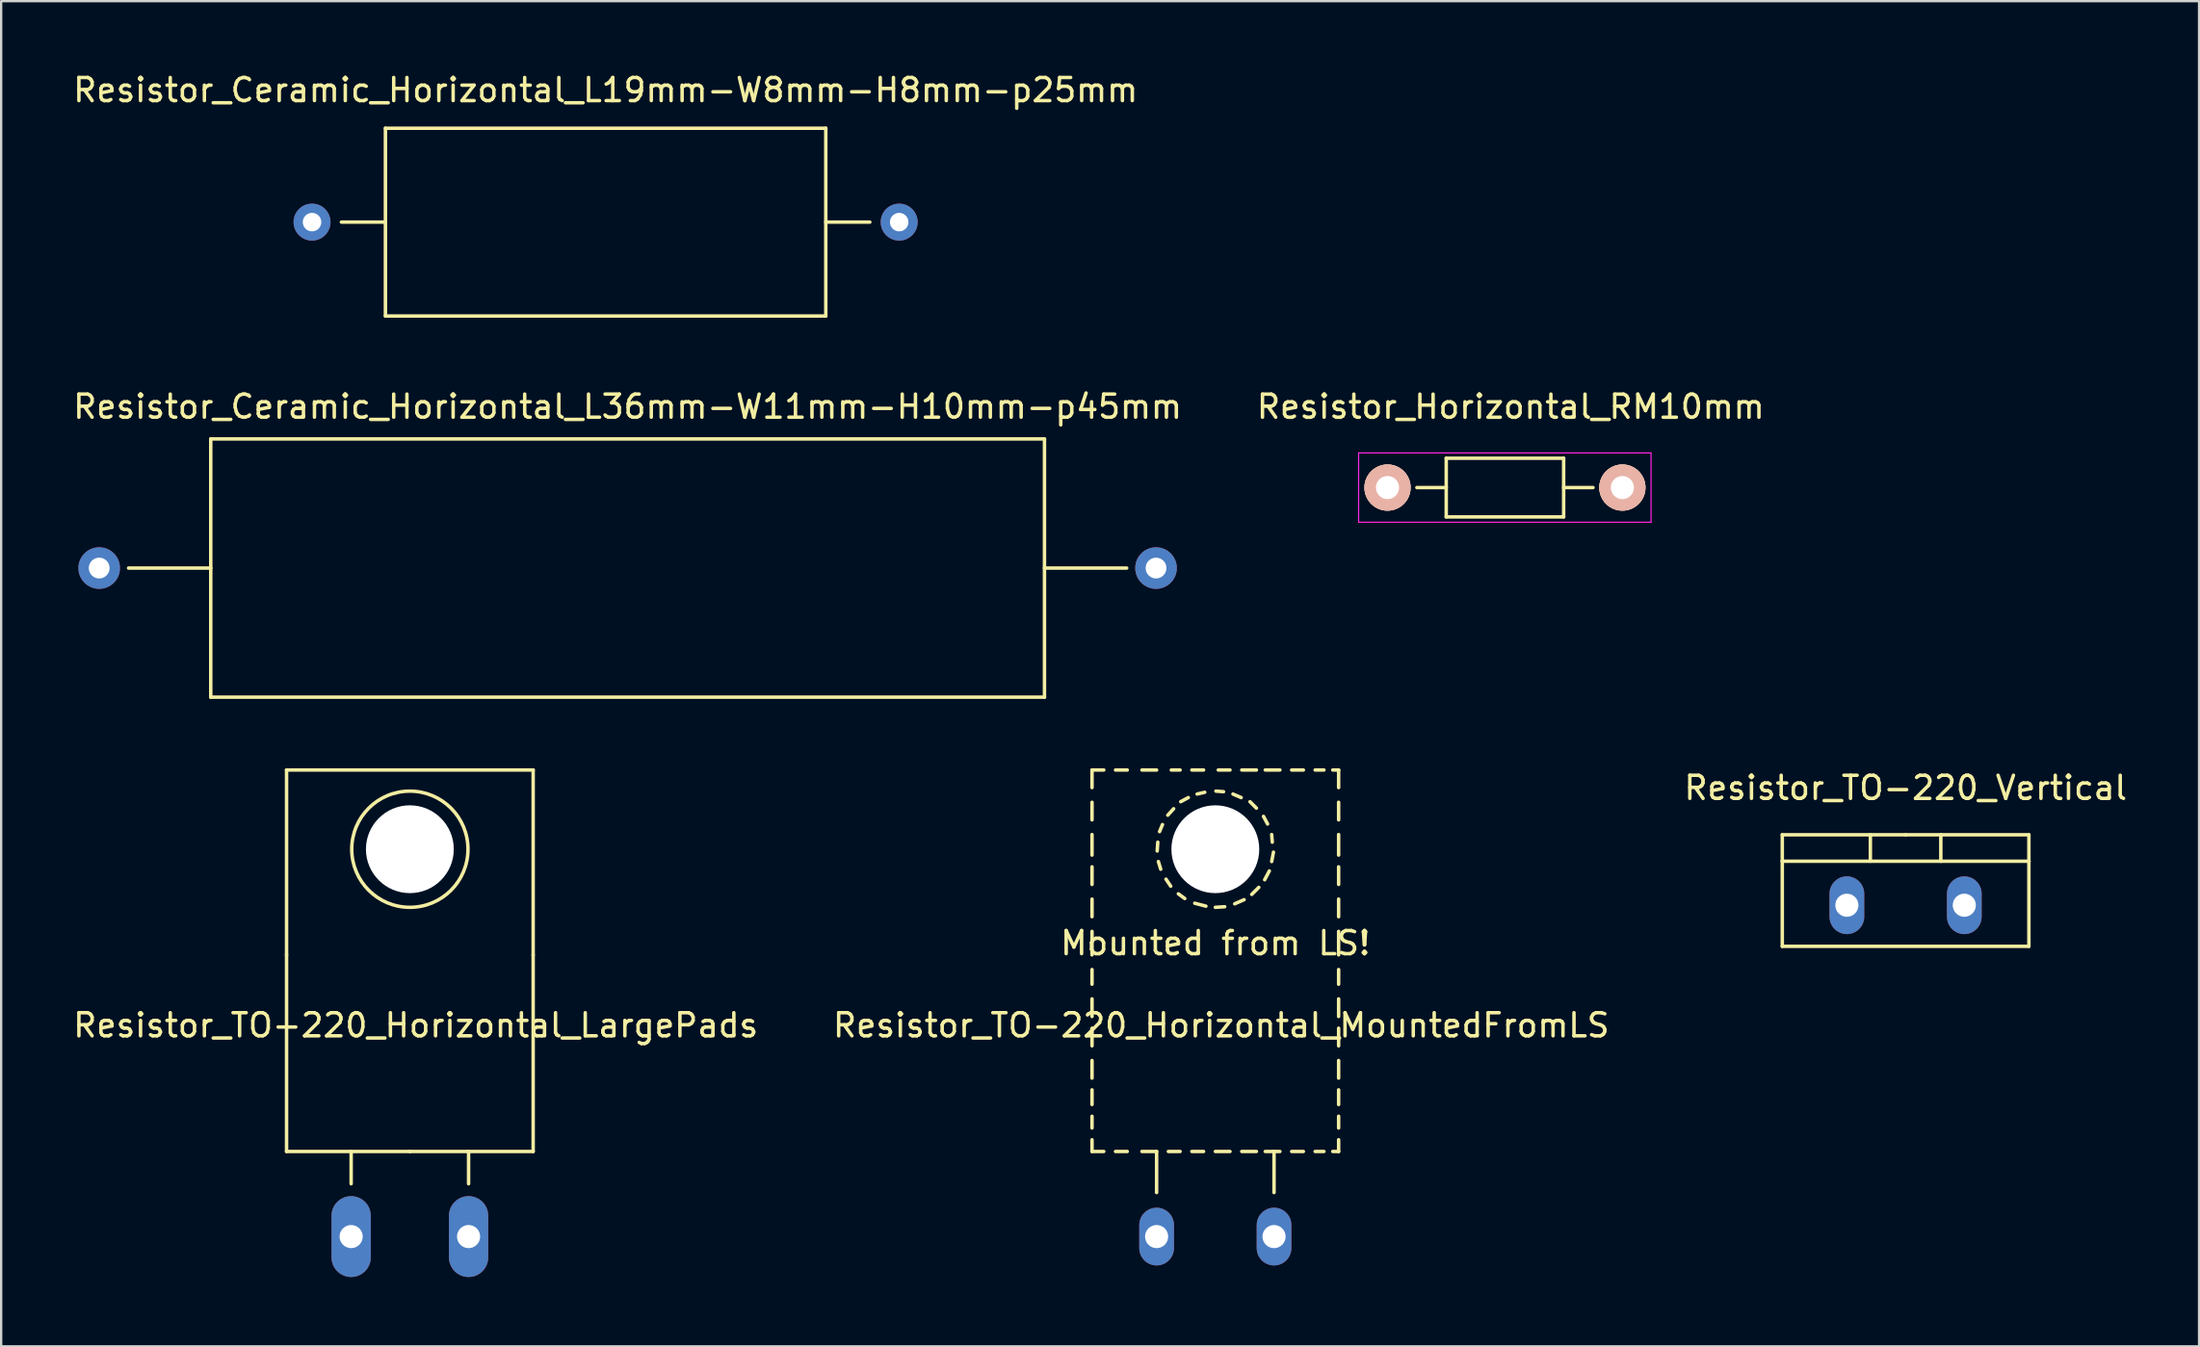
<source format=kicad_pcb>
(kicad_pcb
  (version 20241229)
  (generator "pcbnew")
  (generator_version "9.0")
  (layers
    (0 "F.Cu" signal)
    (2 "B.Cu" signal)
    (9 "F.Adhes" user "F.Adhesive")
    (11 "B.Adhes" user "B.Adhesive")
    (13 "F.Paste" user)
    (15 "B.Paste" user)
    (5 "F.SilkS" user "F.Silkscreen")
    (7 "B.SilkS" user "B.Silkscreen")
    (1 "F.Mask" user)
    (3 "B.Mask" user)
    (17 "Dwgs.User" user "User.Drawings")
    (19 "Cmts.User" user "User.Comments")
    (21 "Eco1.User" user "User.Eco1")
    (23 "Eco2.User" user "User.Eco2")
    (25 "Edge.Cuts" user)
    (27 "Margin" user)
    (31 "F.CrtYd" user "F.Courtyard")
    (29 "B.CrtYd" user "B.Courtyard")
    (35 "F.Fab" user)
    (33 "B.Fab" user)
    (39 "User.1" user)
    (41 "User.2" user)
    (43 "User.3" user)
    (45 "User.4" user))
  (footprint "Resistor_Ceramic_Horizontal_L19mm-W8mm-H8mm-p25mm"
    (layer "F.Cu")
    (at 23.149 6.563)
    (property "Reference" "Resistor_Ceramic_Horizontal_L19mm-W8mm-H8mm-p25mm" (at 0 -5.715 0) (layer "F.SilkS") (effects (font (size 1 1) (thickness 0.15))))
    (attr through_hole)
    (fp_line (start -9.525 -4.064) (end -9.525 4.064) (stroke (width 0.15) (type solid)) (layer "F.SilkS"))
    (fp_line (start -9.525 0) (end -11.43 0) (stroke (width 0.15) (type solid)) (layer "F.SilkS"))
    (fp_line (start -9.525 4.064) (end 9.525 4.064) (stroke (width 0.15) (type solid)) (layer "F.SilkS"))
    (fp_line (start 9.525 -4.064) (end -9.525 -4.064) (stroke (width 0.15) (type solid)) (layer "F.SilkS"))
    (fp_line (start 9.525 0) (end 11.43 0) (stroke (width 0.15) (type solid)) (layer "F.SilkS"))
    (fp_line (start 9.525 4.064) (end 9.525 -4.064) (stroke (width 0.15) (type solid)) (layer "F.SilkS"))
    (pad "1" thru_hole circle (at -12.7 0 180) (size 1.6 1.6) (drill 0.8) (layers "*.Cu" "*.Mask"))
    (pad "2" thru_hole circle (at 12.7 0 180) (size 1.6 1.6) (drill 0.8) (layers "*.Cu" "*.Mask")))
  (footprint "Resistor_TO-220_Horizontal_MountedFromLS"
    (layer "F.Cu")
    (at 49.526 50.467)
    (property "Reference" "Resistor_TO-220_Horizontal_MountedFromLS" (at 0.254 -9.144 0) (layer "F.SilkS") (effects (font (size 1 1) (thickness 0.15))))
    (attr through_hole)
    (fp_line (start -5.334 -20.193) (end -5.334 -19.431) (stroke (width 0.15) (type solid)) (layer "F.SilkS"))
    (fp_line (start -5.334 -20.193) (end -4.826 -20.193) (stroke (width 0.15) (type solid)) (layer "F.SilkS"))
    (fp_line (start -5.334 -18.796) (end -5.334 -18.034) (stroke (width 0.15) (type solid)) (layer "F.SilkS"))
    (fp_line (start -5.334 -17.399) (end -5.334 -16.51) (stroke (width 0.15) (type solid)) (layer "F.SilkS"))
    (fp_line (start -5.334 -16.002) (end -5.334 -15.24) (stroke (width 0.15) (type solid)) (layer "F.SilkS"))
    (fp_line (start -5.334 -14.605) (end -5.334 -13.843) (stroke (width 0.15) (type solid)) (layer "F.SilkS"))
    (fp_line (start -5.334 -13.208) (end -5.334 -12.192) (stroke (width 0.15) (type solid)) (layer "F.SilkS"))
    (fp_line (start -5.334 -11.557) (end -5.334 -10.922) (stroke (width 0.15) (type solid)) (layer "F.SilkS"))
    (fp_line (start -5.334 -10.287) (end -5.334 -9.525) (stroke (width 0.15) (type solid)) (layer "F.SilkS"))
    (fp_line (start -5.334 -9.017) (end -5.334 -8.255) (stroke (width 0.15) (type solid)) (layer "F.SilkS"))
    (fp_line (start -5.334 -7.62) (end -5.334 -6.858) (stroke (width 0.15) (type solid)) (layer "F.SilkS"))
    (fp_line (start -5.334 -6.35) (end -5.334 -5.715) (stroke (width 0.15) (type solid)) (layer "F.SilkS"))
    (fp_line (start -5.334 -5.207) (end -5.334 -4.699) (stroke (width 0.15) (type solid)) (layer "F.SilkS"))
    (fp_line (start -5.334 -4.191) (end -5.334 -3.683) (stroke (width 0.15) (type solid)) (layer "F.SilkS"))
    (fp_line (start -5.334 -3.683) (end -4.826 -3.683) (stroke (width 0.15) (type solid)) (layer "F.SilkS"))
    (fp_line (start -4.318 -20.193) (end -3.81 -20.193) (stroke (width 0.15) (type solid)) (layer "F.SilkS"))
    (fp_line (start -4.318 -3.683) (end -3.81 -3.683) (stroke (width 0.15) (type solid)) (layer "F.SilkS"))
    (fp_line (start -3.175 -20.193) (end -2.54 -20.193) (stroke (width 0.15) (type solid)) (layer "F.SilkS"))
    (fp_line (start -3.175 -3.683) (end -2.54 -3.683) (stroke (width 0.15) (type solid)) (layer "F.SilkS"))
    (fp_line (start -2.54 -3.683) (end -2.54 -1.905) (stroke (width 0.15) (type solid)) (layer "F.SilkS"))
    (fp_line (start -2.515 -16.688) (end -2.489 -17.069) (stroke (width 0.15) (type solid)) (layer "F.SilkS"))
    (fp_line (start -2.413 -17.526) (end -2.286 -17.831) (stroke (width 0.15) (type solid)) (layer "F.SilkS"))
    (fp_line (start -2.362 -15.9) (end -2.464 -16.231) (stroke (width 0.15) (type solid)) (layer "F.SilkS"))
    (fp_line (start -2.057 -18.237) (end -1.803 -18.517) (stroke (width 0.15) (type solid)) (layer "F.SilkS"))
    (fp_line (start -2.032 -3.683) (end -1.524 -3.683) (stroke (width 0.15) (type solid)) (layer "F.SilkS"))
    (fp_line (start -1.93 -15.164) (end -2.134 -15.469) (stroke (width 0.15) (type solid)) (layer "F.SilkS"))
    (fp_line (start -1.905 -20.193) (end -1.524 -20.193) (stroke (width 0.15) (type solid)) (layer "F.SilkS"))
    (fp_line (start -1.499 -18.821) (end -1.168 -18.999) (stroke (width 0.15) (type solid)) (layer "F.SilkS"))
    (fp_line (start -1.321 -14.63) (end -1.6 -14.834) (stroke (width 0.15) (type solid)) (layer "F.SilkS"))
    (fp_line (start -1.016 -20.193) (end -0.508 -20.193) (stroke (width 0.15) (type solid)) (layer "F.SilkS"))
    (fp_line (start -1.016 -3.683) (end -0.508 -3.683) (stroke (width 0.15) (type solid)) (layer "F.SilkS"))
    (fp_line (start -0.787 -19.152) (end -0.457 -19.228) (stroke (width 0.15) (type solid)) (layer "F.SilkS"))
    (fp_line (start -0.406 -14.3) (end -0.889 -14.427) (stroke (width 0.15) (type solid)) (layer "F.SilkS"))
    (fp_line (start 0 -3.683) (end 0.635 -3.683) (stroke (width 0.15) (type solid)) (layer "F.SilkS"))
    (fp_line (start 0.025 -19.279) (end 0.356 -19.253) (stroke (width 0.15) (type solid)) (layer "F.SilkS"))
    (fp_line (start 0.127 -20.193) (end 0.635 -20.193) (stroke (width 0.15) (type solid)) (layer "F.SilkS"))
    (fp_line (start 0.406 -14.275) (end 0 -14.249) (stroke (width 0.15) (type solid)) (layer "F.SilkS"))
    (fp_line (start 0.762 -19.152) (end 1.118 -18.999) (stroke (width 0.15) (type solid)) (layer "F.SilkS"))
    (fp_line (start 1.143 -20.193) (end 1.778 -20.193) (stroke (width 0.15) (type solid)) (layer "F.SilkS"))
    (fp_line (start 1.143 -3.683) (end 1.778 -3.683) (stroke (width 0.15) (type solid)) (layer "F.SilkS"))
    (fp_line (start 1.245 -14.58) (end 0.838 -14.402) (stroke (width 0.15) (type solid)) (layer "F.SilkS"))
    (fp_line (start 1.499 -18.821) (end 1.778 -18.542) (stroke (width 0.15) (type solid)) (layer "F.SilkS"))
    (fp_line (start 1.88 -15.113) (end 1.575 -14.808) (stroke (width 0.15) (type solid)) (layer "F.SilkS"))
    (fp_line (start 2.083 -18.186) (end 2.261 -17.856) (stroke (width 0.15) (type solid)) (layer "F.SilkS"))
    (fp_line (start 2.159 -20.193) (end 2.794 -20.193) (stroke (width 0.15) (type solid)) (layer "F.SilkS"))
    (fp_line (start 2.159 -3.683) (end 2.794 -3.683) (stroke (width 0.15) (type solid)) (layer "F.SilkS"))
    (fp_line (start 2.337 -15.824) (end 2.134 -15.443) (stroke (width 0.15) (type solid)) (layer "F.SilkS"))
    (fp_line (start 2.438 -17.399) (end 2.464 -17.069) (stroke (width 0.15) (type solid)) (layer "F.SilkS"))
    (fp_line (start 2.515 -16.637) (end 2.438 -16.231) (stroke (width 0.15) (type solid)) (layer "F.SilkS"))
    (fp_line (start 2.54 -3.683) (end 2.54 -1.905) (stroke (width 0.15) (type solid)) (layer "F.SilkS"))
    (fp_line (start 3.302 -20.193) (end 3.81 -20.193) (stroke (width 0.15) (type solid)) (layer "F.SilkS"))
    (fp_line (start 3.302 -3.683) (end 3.81 -3.683) (stroke (width 0.15) (type solid)) (layer "F.SilkS"))
    (fp_line (start 4.318 -20.193) (end 4.699 -20.193) (stroke (width 0.15) (type solid)) (layer "F.SilkS"))
    (fp_line (start 4.318 -3.683) (end 4.699 -3.683) (stroke (width 0.15) (type solid)) (layer "F.SilkS"))
    (fp_line (start 5.08 -20.193) (end 5.334 -20.193) (stroke (width 0.15) (type solid)) (layer "F.SilkS"))
    (fp_line (start 5.08 -3.683) (end 5.334 -3.683) (stroke (width 0.15) (type solid)) (layer "F.SilkS"))
    (fp_line (start 5.334 -20.193) (end 5.334 -19.431) (stroke (width 0.15) (type solid)) (layer "F.SilkS"))
    (fp_line (start 5.334 -18.796) (end 5.334 -18.034) (stroke (width 0.15) (type solid)) (layer "F.SilkS"))
    (fp_line (start 5.334 -17.399) (end 5.334 -16.51) (stroke (width 0.15) (type solid)) (layer "F.SilkS"))
    (fp_line (start 5.334 -16.002) (end 5.334 -15.24) (stroke (width 0.15) (type solid)) (layer "F.SilkS"))
    (fp_line (start 5.334 -14.605) (end 5.334 -13.843) (stroke (width 0.15) (type solid)) (layer "F.SilkS"))
    (fp_line (start 5.334 -13.208) (end 5.334 -12.192) (stroke (width 0.15) (type solid)) (layer "F.SilkS"))
    (fp_line (start 5.334 -11.557) (end 5.334 -10.922) (stroke (width 0.15) (type solid)) (layer "F.SilkS"))
    (fp_line (start 5.334 -10.287) (end 5.334 -9.525) (stroke (width 0.15) (type solid)) (layer "F.SilkS"))
    (fp_line (start 5.334 -9.017) (end 5.334 -8.255) (stroke (width 0.15) (type solid)) (layer "F.SilkS"))
    (fp_line (start 5.334 -7.62) (end 5.334 -6.858) (stroke (width 0.15) (type solid)) (layer "F.SilkS"))
    (fp_line (start 5.334 -6.35) (end 5.334 -5.715) (stroke (width 0.15) (type solid)) (layer "F.SilkS"))
    (fp_line (start 5.334 -5.207) (end 5.334 -4.699) (stroke (width 0.15) (type solid)) (layer "F.SilkS"))
    (fp_line (start 5.334 -4.191) (end 5.334 -3.683) (stroke (width 0.15) (type solid)) (layer "F.SilkS"))
    (fp_text user "Mounted from LS!" (at 0 -12.7 0) (layer "F.SilkS") (effects (font (size 1 1) (thickness 0.15))))
    (pad "" np_thru_hole circle (at 0 -16.764 90) (size 3.8 3.8) (drill 3.8) (layers "*.Cu" "*.Mask"))
    (pad "1" thru_hole oval (at 2.54 0 90) (size 2.499 1.501) (drill 1.001) (layers "*.Cu" "*.Mask"))
    (pad "2" thru_hole oval (at -2.54 0 90) (size 2.499 1.501) (drill 1.001) (layers "*.Cu" "*.Mask")))
  (footprint "Resistor_Horizontal_RM10mm"
    (layer "F.Cu")
    (at 56.975 18.051)
    (property "Reference" "Resistor_Horizontal_RM10mm" (at 5.329 -3.5 0) (layer "F.SilkS") (effects (font (size 1 1) (thickness 0.15))))
    (attr through_hole)
    (fp_line (start 2.54 -1.27) (end 7.62 -1.27) (stroke (width 0.15) (type solid)) (layer "F.SilkS"))
    (fp_line (start 2.54 0) (end 1.27 0) (stroke (width 0.15) (type solid)) (layer "F.SilkS"))
    (fp_line (start 2.54 1.27) (end 2.54 -1.27) (stroke (width 0.15) (type solid)) (layer "F.SilkS"))
    (fp_line (start 7.62 -1.27) (end 7.62 1.27) (stroke (width 0.15) (type solid)) (layer "F.SilkS"))
    (fp_line (start 7.62 0) (end 8.89 0) (stroke (width 0.15) (type solid)) (layer "F.SilkS"))
    (fp_line (start 7.62 1.27) (end 2.54 1.27) (stroke (width 0.15) (type solid)) (layer "F.SilkS"))
    (fp_line (start -1.25 -1.5) (end 11.4 -1.5) (stroke (width 0.05) (type solid)) (layer "F.CrtYd"))
    (fp_line (start -1.25 1.5) (end -1.25 -1.5) (stroke (width 0.05) (type solid)) (layer "F.CrtYd"))
    (fp_line (start -1.25 1.5) (end 11.4 1.5) (stroke (width 0.05) (type solid)) (layer "F.CrtYd"))
    (fp_line (start 11.4 -1.5) (end 11.4 1.5) (stroke (width 0.05) (type solid)) (layer "F.CrtYd"))
    (pad "1" thru_hole circle (at 0 0) (size 1.999 1.999) (drill 1.001) (layers "*.Cu" "*.SilkS" "*.Mask"))
    (pad "2" thru_hole circle (at 10.16 0) (size 1.999 1.999) (drill 1.001) (layers "*.Cu" "*.SilkS" "*.Mask")))
  (footprint "Resistor_TO-220_Vertical"
    (layer "F.Cu")
    (at 79.387 36.127)
    (property "Reference" "Resistor_TO-220_Vertical" (at 0 -5.08 0) (layer "F.SilkS") (effects (font (size 1 1) (thickness 0.15))))
    (attr through_hole)
    (fp_line (start -5.334 -1.905) (end -5.334 -3.048) (stroke (width 0.15) (type solid)) (layer "F.SilkS"))
    (fp_line (start -5.334 1.778) (end -5.334 -1.905) (stroke (width 0.15) (type solid)) (layer "F.SilkS"))
    (fp_line (start -1.524 -3.048) (end -1.524 -1.905) (stroke (width 0.15) (type solid)) (layer "F.SilkS"))
    (fp_line (start 0 -3.048) (end -5.334 -3.048) (stroke (width 0.15) (type solid)) (layer "F.SilkS"))
    (fp_line (start 0 -3.048) (end 5.334 -3.048) (stroke (width 0.15) (type solid)) (layer "F.SilkS"))
    (fp_line (start 1.524 -3.048) (end 1.524 -1.905) (stroke (width 0.15) (type solid)) (layer "F.SilkS"))
    (fp_line (start 5.334 -3.048) (end 5.334 -1.905) (stroke (width 0.15) (type solid)) (layer "F.SilkS"))
    (fp_line (start 5.334 -1.905) (end -5.334 -1.905) (stroke (width 0.15) (type solid)) (layer "F.SilkS"))
    (fp_line (start 5.334 -1.905) (end 5.334 1.778) (stroke (width 0.15) (type solid)) (layer "F.SilkS"))
    (fp_line (start 5.334 1.778) (end -5.334 1.778) (stroke (width 0.15) (type solid)) (layer "F.SilkS"))
    (pad "1" thru_hole oval (at -2.54 0 90) (size 2.499 1.501) (drill 1.001) (layers "*.Cu" "*.Mask"))
    (pad "2" thru_hole oval (at 2.54 0 90) (size 2.499 1.501) (drill 1.001) (layers "*.Cu" "*.Mask")))
  (footprint "Resistor_Ceramic_Horizontal_L36mm-W11mm-H10mm-p45mm"
    (layer "F.Cu")
    (at 24.101 21.535)
    (property "Reference" "Resistor_Ceramic_Horizontal_L36mm-W11mm-H10mm-p45mm" (at 0 -6.985 0) (layer "F.SilkS") (effects (font (size 1 1) (thickness 0.15))))
    (attr through_hole)
    (fp_line (start -18.034 -5.588) (end -18.034 5.588) (stroke (width 0.15) (type solid)) (layer "F.SilkS"))
    (fp_line (start -18.034 0) (end -21.59 0) (stroke (width 0.15) (type solid)) (layer "F.SilkS"))
    (fp_line (start -18.034 5.588) (end 18.034 5.588) (stroke (width 0.15) (type solid)) (layer "F.SilkS"))
    (fp_line (start 18.034 -5.588) (end -18.034 -5.588) (stroke (width 0.15) (type solid)) (layer "F.SilkS"))
    (fp_line (start 18.034 0) (end 21.59 0) (stroke (width 0.15) (type solid)) (layer "F.SilkS"))
    (fp_line (start 18.034 5.588) (end 18.034 -5.588) (stroke (width 0.15) (type solid)) (layer "F.SilkS"))
    (pad "1" thru_hole circle (at -22.86 0 180) (size 1.8 1.8) (drill 0.9) (layers "*.Cu" "*.Mask"))
    (pad "2" thru_hole circle (at 22.86 0 180) (size 1.8 1.8) (drill 0.9) (layers "*.Cu" "*.Mask")))
  (footprint "Resistor_TO-220_Horizontal_LargePads"
    (layer "F.Cu")
    (at 14.681 50.467)
    (property "Reference" "Resistor_TO-220_Horizontal_LargePads" (at 0.254 -9.144 0) (layer "F.SilkS") (effects (font (size 1 1) (thickness 0.15))))
    (attr through_hole)
    (fp_line (start -5.334 -20.193) (end -5.334 -12.192) (stroke (width 0.15) (type solid)) (layer "F.SilkS"))
    (fp_line (start -5.334 -12.192) (end -5.334 -3.683) (stroke (width 0.15) (type solid)) (layer "F.SilkS"))
    (fp_line (start -2.54 -3.683) (end -2.54 -2.286) (stroke (width 0.15) (type solid)) (layer "F.SilkS"))
    (fp_line (start 0 -3.683) (end -5.334 -3.683) (stroke (width 0.15) (type solid)) (layer "F.SilkS"))
    (fp_line (start 0 -3.683) (end 5.334 -3.683) (stroke (width 0.15) (type solid)) (layer "F.SilkS"))
    (fp_line (start 2.54 -3.683) (end 2.54 -2.286) (stroke (width 0.15) (type solid)) (layer "F.SilkS"))
    (fp_line (start 5.334 -20.193) (end -5.334 -20.193) (stroke (width 0.15) (type solid)) (layer "F.SilkS"))
    (fp_line (start 5.334 -12.192) (end 5.334 -20.193) (stroke (width 0.15) (type solid)) (layer "F.SilkS"))
    (fp_line (start 5.334 -3.683) (end 5.334 -12.192) (stroke (width 0.15) (type solid)) (layer "F.SilkS"))
    (fp_circle (center 0 -16.764) (end 1.778 -14.986) (stroke (width 0.15) (type solid)) (fill no) (layer "F.SilkS"))
    (pad "" np_thru_hole circle (at 0 -16.764 90) (size 3.8 3.8) (drill 3.8) (layers "*.Cu" "*.Mask"))
    (pad "1" thru_hole oval (at -2.54 0 90) (size 3.5 1.699) (drill 1.001) (layers "*.Cu" "*.Mask"))
    (pad "2" thru_hole oval (at 2.54 0 90) (size 3.5 1.699) (drill 1.001) (layers "*.Cu" "*.Mask")))
  (gr_rect
    (start -3 -3)
    (end 92.083 55.217)
    (stroke (width 0.1) (type default))
    (fill no)
    (layer "Edge.Cuts")))
</source>
